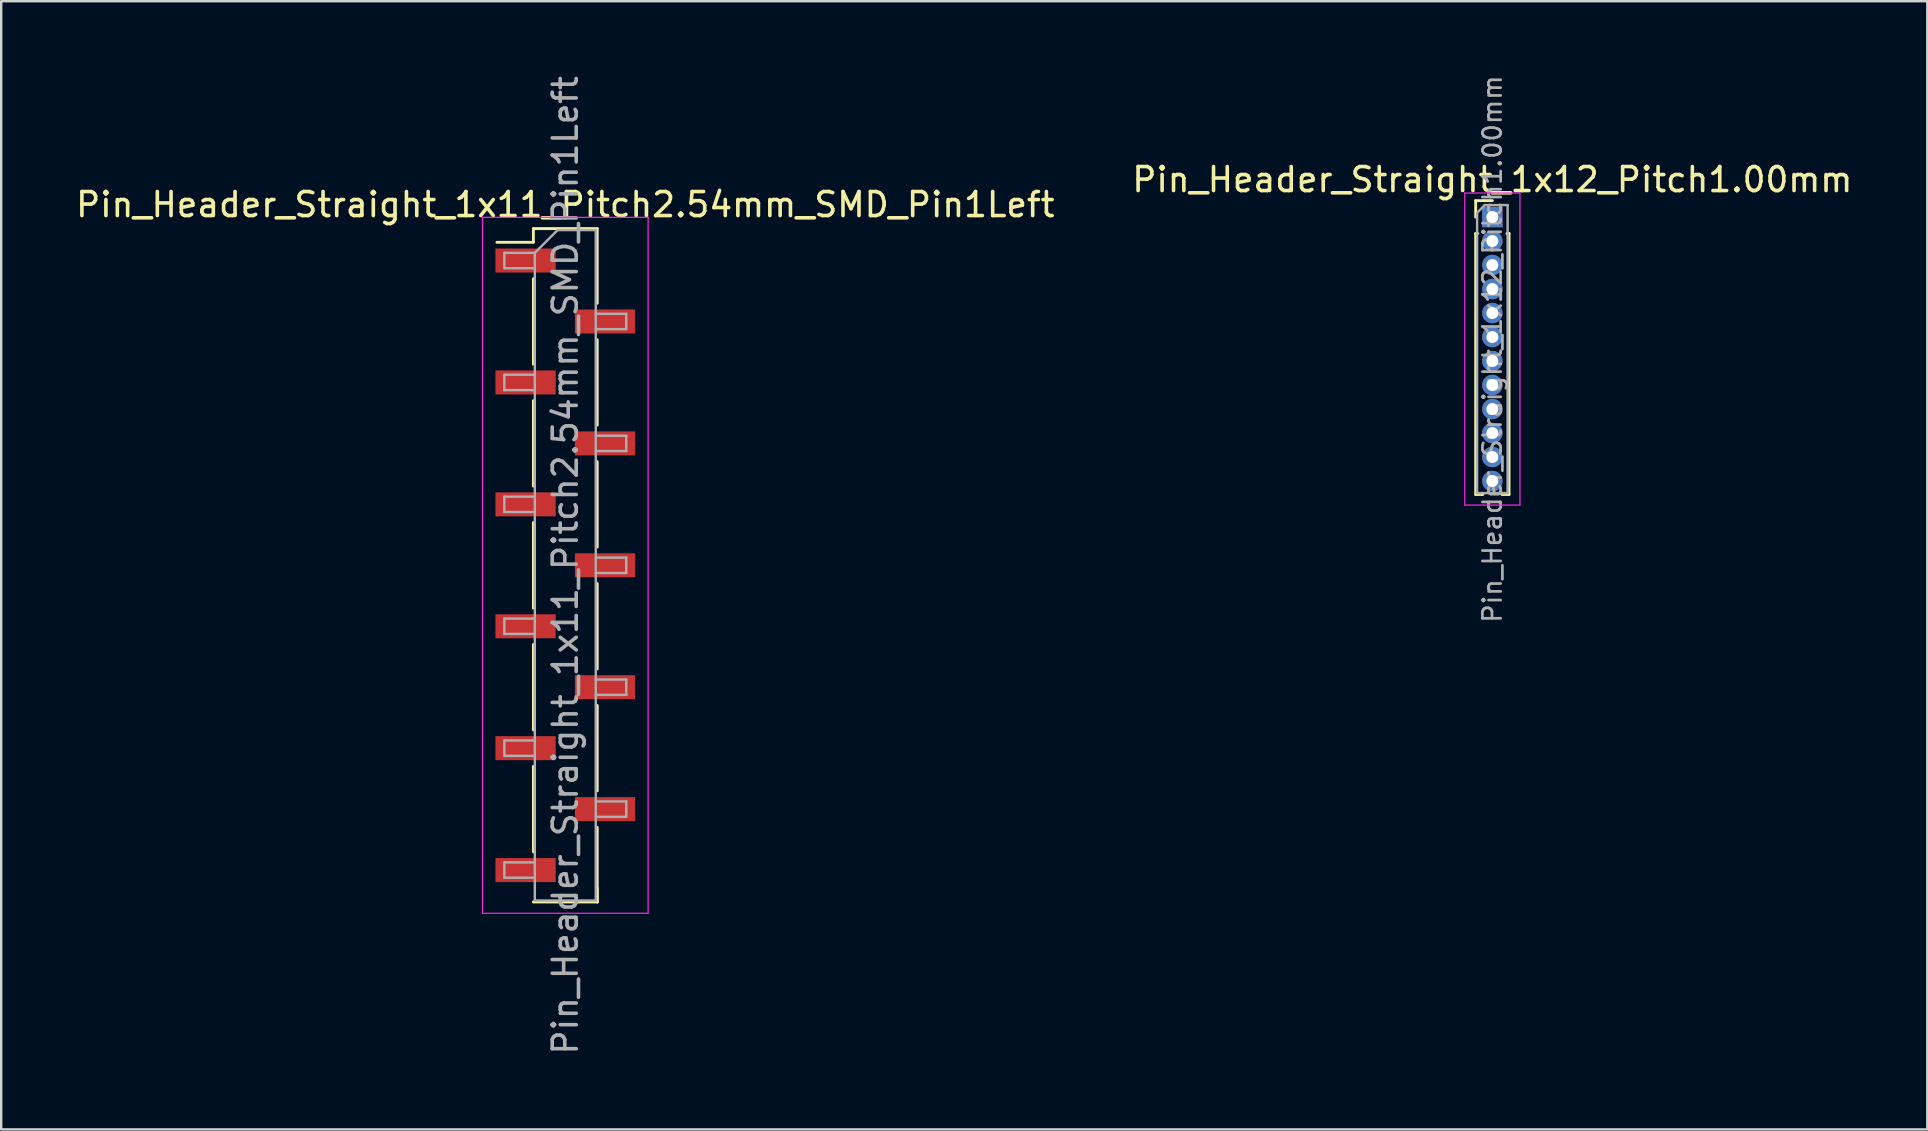
<source format=kicad_pcb>
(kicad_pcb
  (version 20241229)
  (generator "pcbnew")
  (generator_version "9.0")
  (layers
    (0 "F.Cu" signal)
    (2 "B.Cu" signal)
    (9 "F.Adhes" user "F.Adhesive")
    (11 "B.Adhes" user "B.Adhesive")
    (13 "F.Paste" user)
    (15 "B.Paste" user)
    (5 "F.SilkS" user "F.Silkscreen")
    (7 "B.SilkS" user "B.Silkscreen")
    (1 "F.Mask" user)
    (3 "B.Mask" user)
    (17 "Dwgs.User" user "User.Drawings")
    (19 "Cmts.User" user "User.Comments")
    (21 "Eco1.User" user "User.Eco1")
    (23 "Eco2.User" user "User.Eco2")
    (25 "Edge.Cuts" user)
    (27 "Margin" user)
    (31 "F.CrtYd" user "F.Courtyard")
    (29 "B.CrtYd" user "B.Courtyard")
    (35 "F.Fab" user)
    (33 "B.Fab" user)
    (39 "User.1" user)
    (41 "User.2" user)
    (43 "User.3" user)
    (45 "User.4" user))
  (footprint "Pin_Header_Straight_1x11_Pitch2.54mm_SMD_Pin1Left"
    (layer "F.Cu")
    (at 20.506 20.506)
    (property "Reference" "Pin_Header_Straight_1x11_Pitch2.54mm_SMD_Pin1Left" (at 0 -15.03 0) (layer "F.SilkS") (effects (font (size 1 1) (thickness 0.15))))
    (attr smd)
    (fp_line (start -1.33 -14.03) (end -1.33 -13.46) (stroke (width 0.12) (type solid)) (layer "F.SilkS"))
    (fp_line (start -1.33 -14.03) (end 1.33 -14.03) (stroke (width 0.12) (type solid)) (layer "F.SilkS"))
    (fp_line (start -1.33 -13.46) (end -2.85 -13.46) (stroke (width 0.12) (type solid)) (layer "F.SilkS"))
    (fp_line (start -1.33 -11.94) (end -1.33 -8.38) (stroke (width 0.12) (type solid)) (layer "F.SilkS"))
    (fp_line (start -1.33 -6.86) (end -1.33 -3.3) (stroke (width 0.12) (type solid)) (layer "F.SilkS"))
    (fp_line (start -1.33 -1.78) (end -1.33 1.78) (stroke (width 0.12) (type solid)) (layer "F.SilkS"))
    (fp_line (start -1.33 3.3) (end -1.33 6.86) (stroke (width 0.12) (type solid)) (layer "F.SilkS"))
    (fp_line (start -1.33 8.38) (end -1.33 11.94) (stroke (width 0.12) (type solid)) (layer "F.SilkS"))
    (fp_line (start -1.33 14.03) (end 1.33 14.03) (stroke (width 0.12) (type solid)) (layer "F.SilkS"))
    (fp_line (start 1.33 -14.03) (end 1.33 -10.92) (stroke (width 0.12) (type solid)) (layer "F.SilkS"))
    (fp_line (start 1.33 -9.4) (end 1.33 -5.84) (stroke (width 0.12) (type solid)) (layer "F.SilkS"))
    (fp_line (start 1.33 -4.32) (end 1.33 -0.76) (stroke (width 0.12) (type solid)) (layer "F.SilkS"))
    (fp_line (start 1.33 0.76) (end 1.33 4.32) (stroke (width 0.12) (type solid)) (layer "F.SilkS"))
    (fp_line (start 1.33 5.84) (end 1.33 9.4) (stroke (width 0.12) (type solid)) (layer "F.SilkS"))
    (fp_line (start 1.33 10.92) (end 1.33 14.03) (stroke (width 0.12) (type solid)) (layer "F.SilkS"))
    (fp_line (start 1.33 13.46) (end 1.33 14.03) (stroke (width 0.12) (type solid)) (layer "F.SilkS"))
    (fp_line (start -3.45 -14.5) (end -3.45 14.5) (stroke (width 0.05) (type solid)) (layer "F.CrtYd"))
    (fp_line (start -3.45 14.5) (end 3.45 14.5) (stroke (width 0.05) (type solid)) (layer "F.CrtYd"))
    (fp_line (start 3.45 -14.5) (end -3.45 -14.5) (stroke (width 0.05) (type solid)) (layer "F.CrtYd"))
    (fp_line (start 3.45 14.5) (end 3.45 -14.5) (stroke (width 0.05) (type solid)) (layer "F.CrtYd"))
    (fp_line (start -2.54 -13.02) (end -2.54 -12.38) (stroke (width 0.1) (type solid)) (layer "F.Fab"))
    (fp_line (start -2.54 -12.38) (end -1.27 -12.38) (stroke (width 0.1) (type solid)) (layer "F.Fab"))
    (fp_line (start -2.54 -7.94) (end -2.54 -7.3) (stroke (width 0.1) (type solid)) (layer "F.Fab"))
    (fp_line (start -2.54 -7.3) (end -1.27 -7.3) (stroke (width 0.1) (type solid)) (layer "F.Fab"))
    (fp_line (start -2.54 -2.86) (end -2.54 -2.22) (stroke (width 0.1) (type solid)) (layer "F.Fab"))
    (fp_line (start -2.54 -2.22) (end -1.27 -2.22) (stroke (width 0.1) (type solid)) (layer "F.Fab"))
    (fp_line (start -2.54 2.22) (end -2.54 2.86) (stroke (width 0.1) (type solid)) (layer "F.Fab"))
    (fp_line (start -2.54 2.86) (end -1.27 2.86) (stroke (width 0.1) (type solid)) (layer "F.Fab"))
    (fp_line (start -2.54 7.3) (end -2.54 7.94) (stroke (width 0.1) (type solid)) (layer "F.Fab"))
    (fp_line (start -2.54 7.94) (end -1.27 7.94) (stroke (width 0.1) (type solid)) (layer "F.Fab"))
    (fp_line (start -2.54 12.38) (end -2.54 13.02) (stroke (width 0.1) (type solid)) (layer "F.Fab"))
    (fp_line (start -2.54 13.02) (end -1.27 13.02) (stroke (width 0.1) (type solid)) (layer "F.Fab"))
    (fp_line (start -1.27 -13.02) (end -2.54 -13.02) (stroke (width 0.1) (type solid)) (layer "F.Fab"))
    (fp_line (start -1.27 -13.02) (end -0.32 -13.97) (stroke (width 0.1) (type solid)) (layer "F.Fab"))
    (fp_line (start -1.27 -7.94) (end -2.54 -7.94) (stroke (width 0.1) (type solid)) (layer "F.Fab"))
    (fp_line (start -1.27 -2.86) (end -2.54 -2.86) (stroke (width 0.1) (type solid)) (layer "F.Fab"))
    (fp_line (start -1.27 2.22) (end -2.54 2.22) (stroke (width 0.1) (type solid)) (layer "F.Fab"))
    (fp_line (start -1.27 7.3) (end -2.54 7.3) (stroke (width 0.1) (type solid)) (layer "F.Fab"))
    (fp_line (start -1.27 12.38) (end -2.54 12.38) (stroke (width 0.1) (type solid)) (layer "F.Fab"))
    (fp_line (start -1.27 13.97) (end -1.27 -13.02) (stroke (width 0.1) (type solid)) (layer "F.Fab"))
    (fp_line (start -0.32 -13.97) (end 1.27 -13.97) (stroke (width 0.1) (type solid)) (layer "F.Fab"))
    (fp_line (start 1.27 -13.97) (end 1.27 13.97) (stroke (width 0.1) (type solid)) (layer "F.Fab"))
    (fp_line (start 1.27 -10.48) (end 2.54 -10.48) (stroke (width 0.1) (type solid)) (layer "F.Fab"))
    (fp_line (start 1.27 -5.4) (end 2.54 -5.4) (stroke (width 0.1) (type solid)) (layer "F.Fab"))
    (fp_line (start 1.27 -0.32) (end 2.54 -0.32) (stroke (width 0.1) (type solid)) (layer "F.Fab"))
    (fp_line (start 1.27 4.76) (end 2.54 4.76) (stroke (width 0.1) (type solid)) (layer "F.Fab"))
    (fp_line (start 1.27 9.84) (end 2.54 9.84) (stroke (width 0.1) (type solid)) (layer "F.Fab"))
    (fp_line (start 1.27 13.97) (end -1.27 13.97) (stroke (width 0.1) (type solid)) (layer "F.Fab"))
    (fp_line (start 2.54 -10.48) (end 2.54 -9.84) (stroke (width 0.1) (type solid)) (layer "F.Fab"))
    (fp_line (start 2.54 -9.84) (end 1.27 -9.84) (stroke (width 0.1) (type solid)) (layer "F.Fab"))
    (fp_line (start 2.54 -5.4) (end 2.54 -4.76) (stroke (width 0.1) (type solid)) (layer "F.Fab"))
    (fp_line (start 2.54 -4.76) (end 1.27 -4.76) (stroke (width 0.1) (type solid)) (layer "F.Fab"))
    (fp_line (start 2.54 -0.32) (end 2.54 0.32) (stroke (width 0.1) (type solid)) (layer "F.Fab"))
    (fp_line (start 2.54 0.32) (end 1.27 0.32) (stroke (width 0.1) (type solid)) (layer "F.Fab"))
    (fp_line (start 2.54 4.76) (end 2.54 5.4) (stroke (width 0.1) (type solid)) (layer "F.Fab"))
    (fp_line (start 2.54 5.4) (end 1.27 5.4) (stroke (width 0.1) (type solid)) (layer "F.Fab"))
    (fp_line (start 2.54 9.84) (end 2.54 10.48) (stroke (width 0.1) (type solid)) (layer "F.Fab"))
    (fp_line (start 2.54 10.48) (end 1.27 10.48) (stroke (width 0.1) (type solid)) (layer "F.Fab"))
    (fp_text user "${REFERENCE}" (at 0 0 90) (layer "F.Fab") (effects (font (size 1 1) (thickness 0.15))))
    (pad "1" smd rect (at -1.655 -12.7) (size 2.51 1) (layers "F.Cu" "F.Mask" "F.Paste"))
    (pad "2" smd rect (at 1.655 -10.16) (size 2.51 1) (layers "F.Cu" "F.Mask" "F.Paste"))
    (pad "3" smd rect (at -1.655 -7.62) (size 2.51 1) (layers "F.Cu" "F.Mask" "F.Paste"))
    (pad "4" smd rect (at 1.655 -5.08) (size 2.51 1) (layers "F.Cu" "F.Mask" "F.Paste"))
    (pad "5" smd rect (at -1.655 -2.54) (size 2.51 1) (layers "F.Cu" "F.Mask" "F.Paste"))
    (pad "6" smd rect (at 1.655 0) (size 2.51 1) (layers "F.Cu" "F.Mask" "F.Paste"))
    (pad "7" smd rect (at -1.655 2.54) (size 2.51 1) (layers "F.Cu" "F.Mask" "F.Paste"))
    (pad "8" smd rect (at 1.655 5.08) (size 2.51 1) (layers "F.Cu" "F.Mask" "F.Paste"))
    (pad "9" smd rect (at -1.655 7.62) (size 2.51 1) (layers "F.Cu" "F.Mask" "F.Paste"))
    (pad "10" smd rect (at 1.655 10.16) (size 2.51 1) (layers "F.Cu" "F.Mask" "F.Paste"))
    (pad "11" smd rect (at -1.655 12.7) (size 2.51 1) (layers "F.Cu" "F.Mask" "F.Paste")))
  (footprint "Pin_Header_Straight_1x12_Pitch1.00mm"
    (layer "F.Cu")
    (at 59.137 5.995)
    (property "Reference" "Pin_Header_Straight_1x12_Pitch1.00mm" (at 0 -1.56 0) (layer "F.SilkS") (effects (font (size 1 1) (thickness 0.15))))
    (attr through_hole)
    (fp_line (start -0.695 -0.685) (end 0 -0.685) (stroke (width 0.12) (type solid)) (layer "F.SilkS"))
    (fp_line (start -0.695 0) (end -0.695 -0.685) (stroke (width 0.12) (type solid)) (layer "F.SilkS"))
    (fp_line (start -0.695 0.685) (end -0.695 11.56) (stroke (width 0.12) (type solid)) (layer "F.SilkS"))
    (fp_line (start -0.695 0.685) (end -0.608 0.685) (stroke (width 0.12) (type solid)) (layer "F.SilkS"))
    (fp_line (start -0.695 11.56) (end -0.394 11.56) (stroke (width 0.12) (type solid)) (layer "F.SilkS"))
    (fp_line (start 0.394 11.56) (end 0.695 11.56) (stroke (width 0.12) (type solid)) (layer "F.SilkS"))
    (fp_line (start 0.608 0.685) (end 0.695 0.685) (stroke (width 0.12) (type solid)) (layer "F.SilkS"))
    (fp_line (start 0.695 0.685) (end 0.695 11.56) (stroke (width 0.12) (type solid)) (layer "F.SilkS"))
    (fp_line (start -1.15 -1) (end -1.15 12) (stroke (width 0.05) (type solid)) (layer "F.CrtYd"))
    (fp_line (start -1.15 12) (end 1.15 12) (stroke (width 0.05) (type solid)) (layer "F.CrtYd"))
    (fp_line (start 1.15 -1) (end -1.15 -1) (stroke (width 0.05) (type solid)) (layer "F.CrtYd"))
    (fp_line (start 1.15 12) (end 1.15 -1) (stroke (width 0.05) (type solid)) (layer "F.CrtYd"))
    (fp_line (start -0.635 -0.182) (end -0.318 -0.5) (stroke (width 0.1) (type solid)) (layer "F.Fab"))
    (fp_line (start -0.635 11.5) (end -0.635 -0.182) (stroke (width 0.1) (type solid)) (layer "F.Fab"))
    (fp_line (start -0.318 -0.5) (end 0.635 -0.5) (stroke (width 0.1) (type solid)) (layer "F.Fab"))
    (fp_line (start 0.635 -0.5) (end 0.635 11.5) (stroke (width 0.1) (type solid)) (layer "F.Fab"))
    (fp_line (start 0.635 11.5) (end -0.635 11.5) (stroke (width 0.1) (type solid)) (layer "F.Fab"))
    (fp_text user "${REFERENCE}" (at 0 5.5 90) (layer "F.Fab") (effects (font (size 0.76 0.76) (thickness 0.114))))
    (pad "1" thru_hole rect (at 0 0) (size 0.85 0.85) (drill 0.5) (layers "*.Cu" "*.Mask"))
    (pad "2" thru_hole oval (at 0 1) (size 0.85 0.85) (drill 0.5) (layers "*.Cu" "*.Mask"))
    (pad "3" thru_hole oval (at 0 2) (size 0.85 0.85) (drill 0.5) (layers "*.Cu" "*.Mask"))
    (pad "4" thru_hole oval (at 0 3) (size 0.85 0.85) (drill 0.5) (layers "*.Cu" "*.Mask"))
    (pad "5" thru_hole oval (at 0 4) (size 0.85 0.85) (drill 0.5) (layers "*.Cu" "*.Mask"))
    (pad "6" thru_hole oval (at 0 5) (size 0.85 0.85) (drill 0.5) (layers "*.Cu" "*.Mask"))
    (pad "7" thru_hole oval (at 0 6) (size 0.85 0.85) (drill 0.5) (layers "*.Cu" "*.Mask"))
    (pad "8" thru_hole oval (at 0 7) (size 0.85 0.85) (drill 0.5) (layers "*.Cu" "*.Mask"))
    (pad "9" thru_hole oval (at 0 8) (size 0.85 0.85) (drill 0.5) (layers "*.Cu" "*.Mask"))
    (pad "10" thru_hole oval (at 0 9) (size 0.85 0.85) (drill 0.5) (layers "*.Cu" "*.Mask"))
    (pad "11" thru_hole oval (at 0 10) (size 0.85 0.85) (drill 0.5) (layers "*.Cu" "*.Mask"))
    (pad "12" thru_hole oval (at 0 11) (size 0.85 0.85) (drill 0.5) (layers "*.Cu" "*.Mask")))
  (gr_rect
    (start -3 -3)
    (end 77.262 44.012)
    (stroke (width 0.1) (type default))
    (fill no)
    (layer "Edge.Cuts")))
</source>
